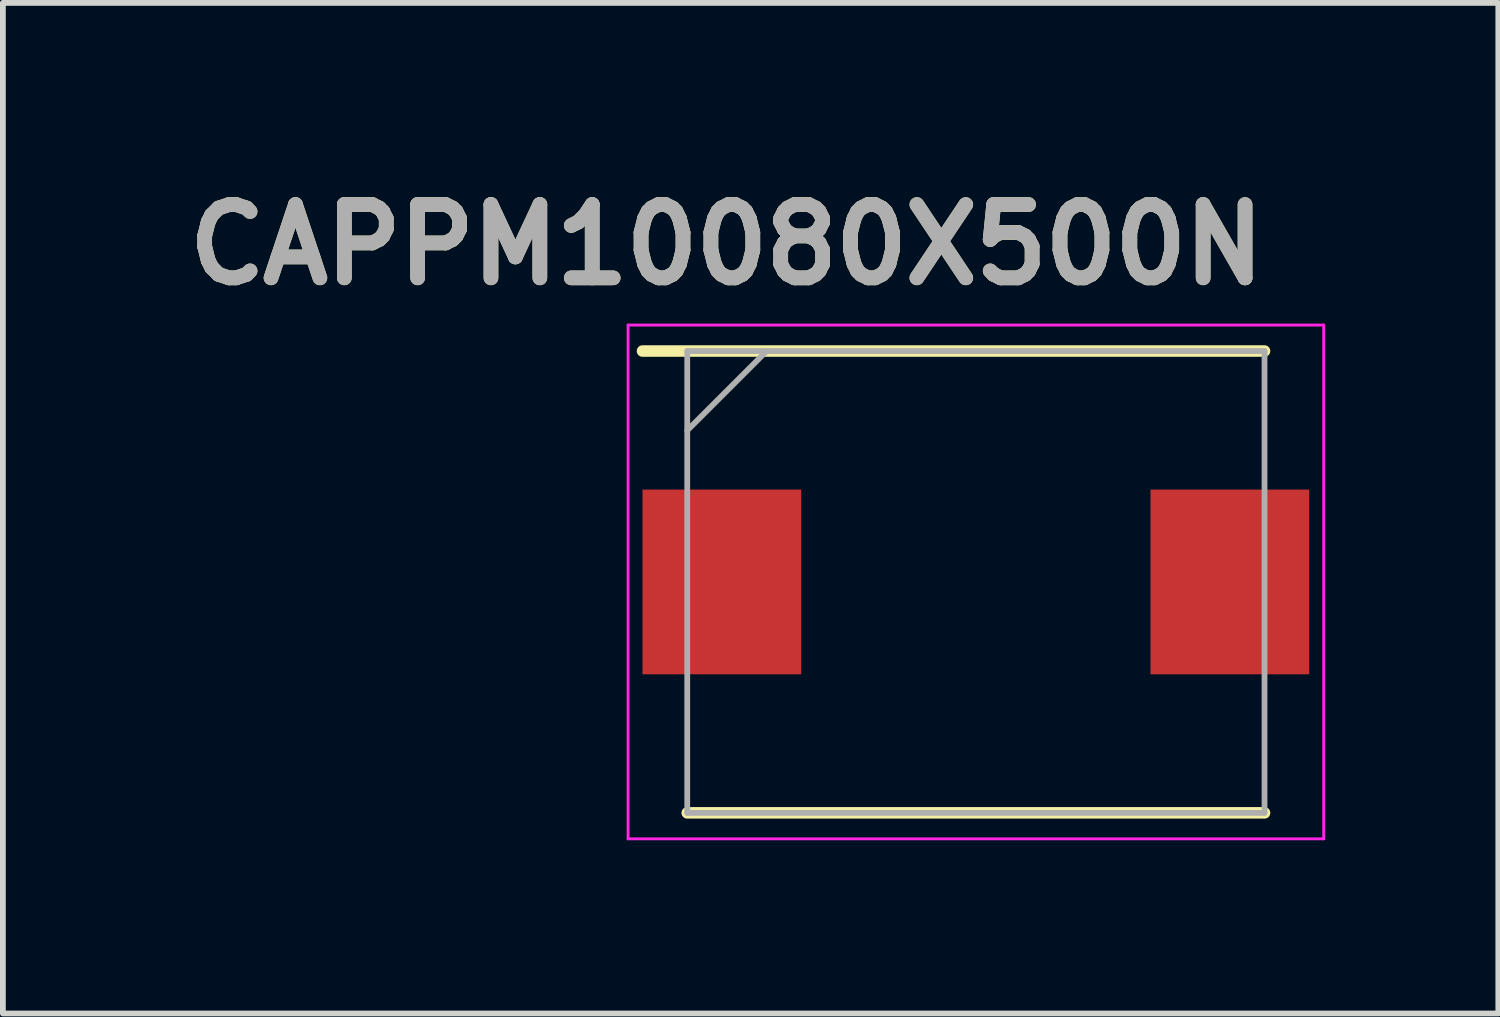
<source format=kicad_pcb>
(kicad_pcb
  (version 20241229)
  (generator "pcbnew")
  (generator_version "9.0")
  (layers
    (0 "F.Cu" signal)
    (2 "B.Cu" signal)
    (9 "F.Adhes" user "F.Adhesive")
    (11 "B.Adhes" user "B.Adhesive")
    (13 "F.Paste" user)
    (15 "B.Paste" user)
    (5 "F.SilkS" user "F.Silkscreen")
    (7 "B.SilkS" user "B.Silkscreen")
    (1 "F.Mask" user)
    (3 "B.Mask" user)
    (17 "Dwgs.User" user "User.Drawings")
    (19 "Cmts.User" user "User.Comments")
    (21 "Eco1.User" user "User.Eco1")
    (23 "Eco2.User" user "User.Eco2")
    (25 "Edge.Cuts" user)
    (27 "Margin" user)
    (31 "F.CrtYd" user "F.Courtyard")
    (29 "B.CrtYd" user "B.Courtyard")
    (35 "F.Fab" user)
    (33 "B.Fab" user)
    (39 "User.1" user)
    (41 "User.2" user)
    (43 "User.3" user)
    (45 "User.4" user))
  (footprint "CAPPM10080X500N"
    (layer "F.Cu")
    (at 13.855 7.031)
    (property "Reference" "CAPPM10080X500N" (at -4.318 -5.842 0) (layer "F.SilkS") (effects (font (size 1.27 1.27) (thickness 0.254))))
    (attr smd)
    (fp_line (start -5 4) (end 5 4) (stroke (width 0.2) (type solid)) (layer "F.SilkS"))
    (fp_line (start 5 -4) (end -5.775 -4) (stroke (width 0.2) (type solid)) (layer "F.SilkS"))
    (fp_line (start -6.025 -4.45) (end 6.025 -4.45) (stroke (width 0.05) (type solid)) (layer "F.CrtYd"))
    (fp_line (start -6.025 4.45) (end -6.025 -4.45) (stroke (width 0.05) (type solid)) (layer "F.CrtYd"))
    (fp_line (start 6.025 -4.45) (end 6.025 4.45) (stroke (width 0.05) (type solid)) (layer "F.CrtYd"))
    (fp_line (start 6.025 4.45) (end -6.025 4.45) (stroke (width 0.05) (type solid)) (layer "F.CrtYd"))
    (fp_line (start -5 -4) (end 5 -4) (stroke (width 0.1) (type solid)) (layer "F.Fab"))
    (fp_line (start -5 -2.625) (end -3.625 -4) (stroke (width 0.1) (type solid)) (layer "F.Fab"))
    (fp_line (start -5 4) (end -5 -4) (stroke (width 0.1) (type solid)) (layer "F.Fab"))
    (fp_line (start 5 -4) (end 5 4) (stroke (width 0.1) (type solid)) (layer "F.Fab"))
    (fp_line (start 5 4) (end -5 4) (stroke (width 0.1) (type solid)) (layer "F.Fab"))
    (fp_text user "${REFERENCE}" (at -4.318 -5.842 0) (layer "F.Fab") (effects (font (size 1.27 1.27) (thickness 0.254))))
    (pad "1" smd rect (at -4.4 0) (size 2.75 3.2) (layers "F.Cu" "F.Mask" "F.Paste"))
    (pad "2" smd rect (at 4.4 0) (size 2.75 3.2) (layers "F.Cu" "F.Mask" "F.Paste")))
  (gr_rect
    (start -3 -3)
    (end 22.905 14.506)
    (stroke (width 0.1) (type default))
    (fill no)
    (layer "Edge.Cuts")))
</source>
